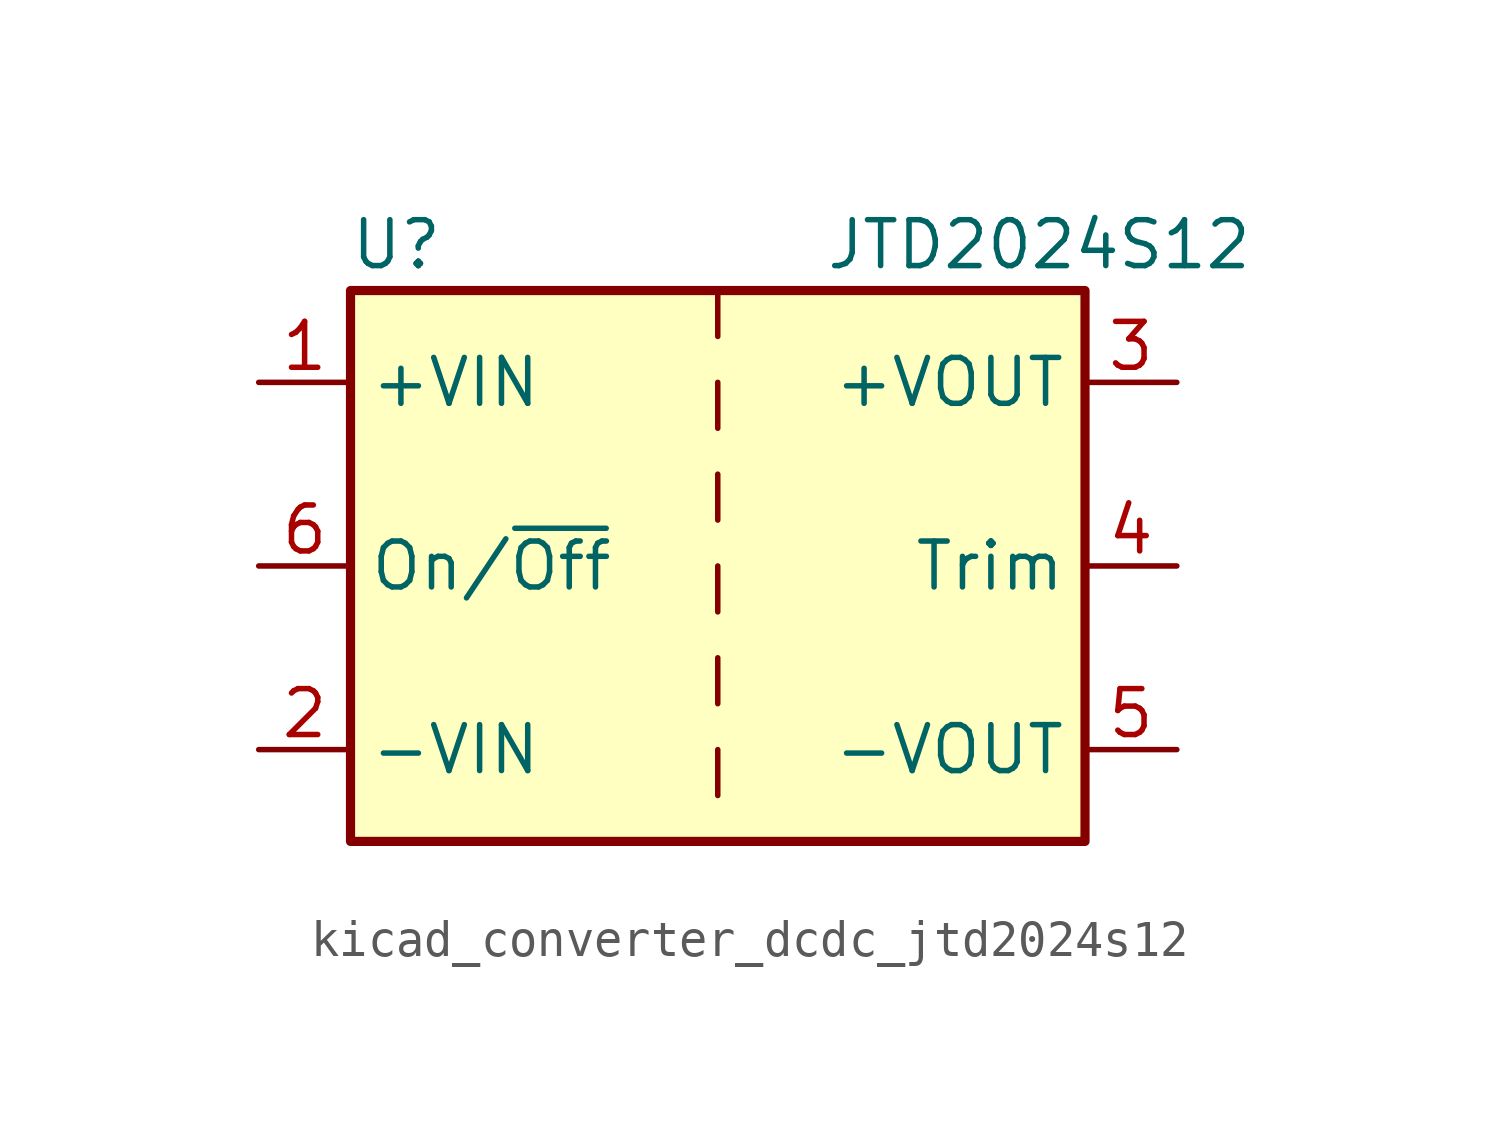
<source format=kicad_sym>
(kicad_symbol_lib
  (version 20220914)
  (generator kicad_symbol_editor)
  (symbol "kicad_converter_dcdc_jtd2024s12"
    (property "Reference" "U"
      (at -8.89 8.89 0)
      (effects (font (size 1.27 1.27))))
    (property "Value" "JTD2024S12"
      (at 8.89 8.89 0)
      (effects (font (size 1.27 1.27))))
    (symbol "kicad_converter_dcdc_jtd2024s12_0_1"
      (rectangle (start -10.16 7.62) (end 10.16 -7.62) (stroke (width 0.254) (type default)) (fill (type background)))
      (polyline (pts (xy 0 -5.08) (xy 0 -6.35)) (stroke (width 0) (type default)) (fill (type none)))
      (polyline (pts (xy 0 -2.54) (xy 0 -3.81)) (stroke (width 0) (type default)) (fill (type none)))
      (polyline (pts (xy 0 0) (xy 0 -1.27)) (stroke (width 0) (type default)) (fill (type none)))
      (polyline (pts (xy 0 2.54) (xy 0 1.27)) (stroke (width 0) (type default)) (fill (type none)))
      (polyline (pts (xy 0 5.08) (xy 0 3.81)) (stroke (width 0) (type default)) (fill (type none)))
      (polyline (pts (xy 0 7.62) (xy 0 6.35)) (stroke (width 0) (type default)) (fill (type none))))
    (symbol "kicad_converter_dcdc_jtd2024s12_1_1"
      (pin power_in line (at -12.7 5.08 0) (length 2.54) (name "+VIN" (effects (font (size 1.27 1.27)))) (number "1" (effects (font (size 1.27 1.27)))))
      (pin power_in line (at -12.7 -5.08 0) (length 2.54) (name "-VIN" (effects (font (size 1.27 1.27)))) (number "2" (effects (font (size 1.27 1.27)))))
      (pin power_out line (at 12.7 5.08 180) (length 2.54) (name "+VOUT" (effects (font (size 1.27 1.27)))) (number "3" (effects (font (size 1.27 1.27)))))
      (pin input line (at 12.7 0 180) (length 2.54) (name "Trim" (effects (font (size 1.27 1.27)))) (number "4" (effects (font (size 1.27 1.27)))))
      (pin power_out line (at 12.7 -5.08 180) (length 2.54) (name "-VOUT" (effects (font (size 1.27 1.27)))) (number "5" (effects (font (size 1.27 1.27)))))
      (pin input line (at -12.7 0 0) (length 2.54) (name "On/~{Off}" (effects (font (size 1.27 1.27)))) (number "6" (effects (font (size 1.27 1.27))))))))
</source>
